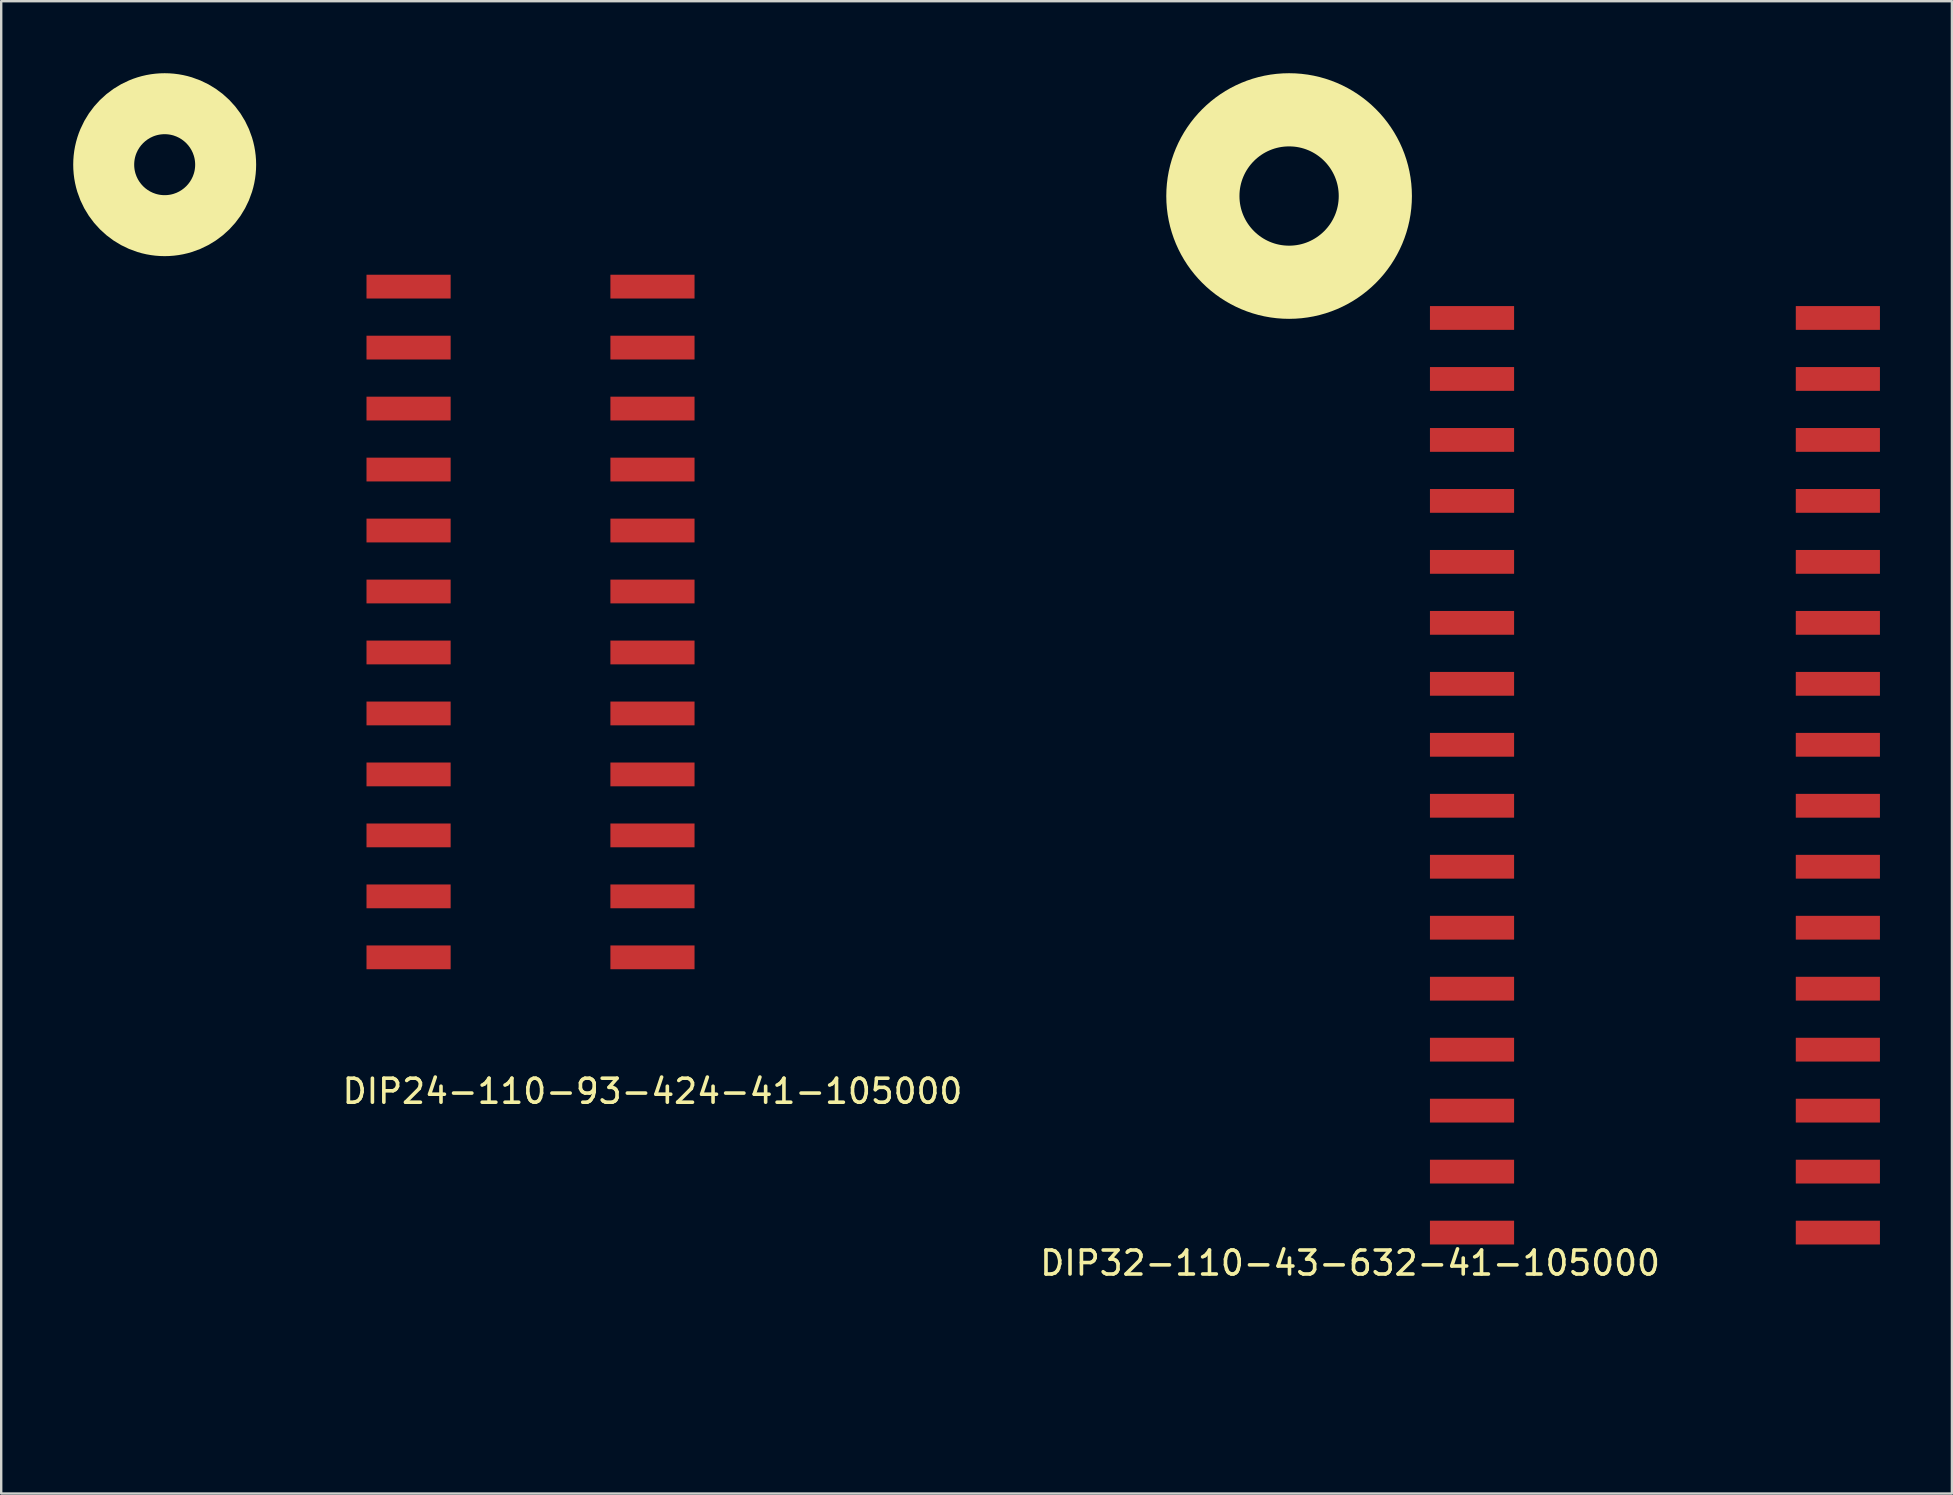
<source format=kicad_pcb>
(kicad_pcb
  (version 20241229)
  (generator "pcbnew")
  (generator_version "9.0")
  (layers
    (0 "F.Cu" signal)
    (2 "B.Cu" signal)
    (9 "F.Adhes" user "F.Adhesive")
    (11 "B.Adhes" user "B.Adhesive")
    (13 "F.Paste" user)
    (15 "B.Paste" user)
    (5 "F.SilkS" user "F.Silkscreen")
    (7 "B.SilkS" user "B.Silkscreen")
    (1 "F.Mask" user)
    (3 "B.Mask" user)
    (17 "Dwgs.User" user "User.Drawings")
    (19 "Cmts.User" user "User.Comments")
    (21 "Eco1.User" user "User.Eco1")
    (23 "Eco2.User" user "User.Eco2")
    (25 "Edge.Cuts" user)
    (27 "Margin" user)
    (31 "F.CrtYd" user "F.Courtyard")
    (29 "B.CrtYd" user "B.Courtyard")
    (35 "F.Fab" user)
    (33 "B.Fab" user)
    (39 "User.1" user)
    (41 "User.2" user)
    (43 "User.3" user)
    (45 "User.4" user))
  (footprint "DIP24-110-93-424-41-105000"
    (layer "F.Cu")
    (at 24.13 41.91)
    (property "Reference" "DIP24-110-93-424-41-105000" (at 0 0.5 0) (layer "F.SilkS") (effects (font (size 1 1) (thickness 0.15))))
    (attr through_hole)
    (fp_circle (center -20.32 -38.1) (end -20.32 -35.56) (stroke (width 2.54) (type solid)) (fill no) (layer "F.SilkS"))
    (pad "1" smd rect (at -10.16 -33.02) (size 3.505 0.991) (layers "F.Cu" "F.Mask" "F.Paste"))
    (pad "2" smd rect (at -10.16 -30.48) (size 3.505 0.991) (layers "F.Cu" "F.Mask" "F.Paste"))
    (pad "3" smd rect (at -10.16 -27.94) (size 3.505 0.991) (layers "F.Cu" "F.Mask" "F.Paste"))
    (pad "4" smd rect (at -10.16 -25.4) (size 3.505 0.991) (layers "F.Cu" "F.Mask" "F.Paste"))
    (pad "5" smd rect (at -10.16 -22.86) (size 3.505 0.991) (layers "F.Cu" "F.Mask" "F.Paste"))
    (pad "6" smd rect (at -10.16 -20.32) (size 3.505 0.991) (layers "F.Cu" "F.Mask" "F.Paste"))
    (pad "7" smd rect (at -10.16 -17.78) (size 3.505 0.991) (layers "F.Cu" "F.Mask" "F.Paste"))
    (pad "8" smd rect (at -10.16 -15.24) (size 3.505 0.991) (layers "F.Cu" "F.Mask" "F.Paste"))
    (pad "9" smd rect (at -10.16 -12.7) (size 3.505 0.991) (layers "F.Cu" "F.Mask" "F.Paste"))
    (pad "10" smd rect (at -10.16 -10.16) (size 3.505 0.991) (layers "F.Cu" "F.Mask" "F.Paste"))
    (pad "11" smd rect (at -10.16 -7.62) (size 3.505 0.991) (layers "F.Cu" "F.Mask" "F.Paste"))
    (pad "12" smd rect (at -10.16 -5.08) (size 3.505 0.991) (layers "F.Cu" "F.Mask" "F.Paste"))
    (pad "13" smd rect (at 0 -5.08) (size 3.505 0.991) (layers "F.Cu" "F.Mask" "F.Paste"))
    (pad "14" smd rect (at 0 -7.62) (size 3.505 0.991) (layers "F.Cu" "F.Mask" "F.Paste"))
    (pad "15" smd rect (at 0 -10.16) (size 3.505 0.991) (layers "F.Cu" "F.Mask" "F.Paste"))
    (pad "16" smd rect (at 0 -12.7) (size 3.505 0.991) (layers "F.Cu" "F.Mask" "F.Paste"))
    (pad "17" smd rect (at 0 -15.24) (size 3.505 0.991) (layers "F.Cu" "F.Mask" "F.Paste"))
    (pad "18" smd rect (at 0 -17.78) (size 3.505 0.991) (layers "F.Cu" "F.Mask" "F.Paste"))
    (pad "19" smd rect (at 0 -20.32) (size 3.505 0.991) (layers "F.Cu" "F.Mask" "F.Paste"))
    (pad "20" smd rect (at 0 -22.86) (size 3.505 0.991) (layers "F.Cu" "F.Mask" "F.Paste"))
    (pad "21" smd rect (at 0 -25.4) (size 3.505 0.991) (layers "F.Cu" "F.Mask" "F.Paste"))
    (pad "22" smd rect (at 0 -27.94) (size 3.505 0.991) (layers "F.Cu" "F.Mask" "F.Paste"))
    (pad "23" smd rect (at 0 -30.48) (size 3.505 0.991) (layers "F.Cu" "F.Mask" "F.Paste"))
    (pad "24" smd rect (at 0 -33.02) (size 3.505 0.991) (layers "F.Cu" "F.Mask" "F.Paste")))
  (footprint "DIP32-110-43-632-41-105000"
    (layer "F.Cu")
    (at 58.27 55.916)
    (property "Reference" "DIP32-110-43-632-41-105000" (at -5.08 -6.35 0) (layer "F.SilkS") (effects (font (size 1 1) (thickness 0.15))))
    (attr through_hole)
    (fp_circle (center -7.62 -50.8) (end -5.08 -48.26) (stroke (width 3.048) (type solid)) (fill no) (layer "F.SilkS"))
    (pad "1" smd rect (at 0 -45.72) (size 3.505 0.991) (layers "F.Cu" "F.Paste"))
    (pad "2" smd rect (at 0 -43.18) (size 3.505 0.991) (layers "F.Cu" "F.Paste"))
    (pad "3" smd rect (at 0 -40.64) (size 3.505 0.991) (layers "F.Cu" "F.Paste"))
    (pad "4" smd rect (at 0 -38.1) (size 3.505 0.991) (layers "F.Cu" "F.Paste"))
    (pad "5" smd rect (at 0 -35.56) (size 3.505 0.991) (layers "F.Cu" "F.Paste"))
    (pad "6" smd rect (at 0 -33.02) (size 3.505 0.991) (layers "F.Cu" "F.Paste"))
    (pad "7" smd rect (at 0 -30.48) (size 3.505 0.991) (layers "F.Cu" "F.Paste"))
    (pad "8" smd rect (at 0 -27.94) (size 3.505 0.991) (layers "F.Cu" "F.Paste"))
    (pad "9" smd rect (at 0 -25.4) (size 3.505 0.991) (layers "F.Cu" "F.Paste"))
    (pad "10" smd rect (at 0 -22.86) (size 3.505 0.991) (layers "F.Cu" "F.Paste"))
    (pad "11" smd rect (at 0 -20.32) (size 3.505 0.991) (layers "F.Cu" "F.Paste"))
    (pad "12" smd rect (at 0 -17.78) (size 3.505 0.991) (layers "F.Cu" "F.Paste"))
    (pad "13" smd rect (at 0 -15.24) (size 3.505 0.991) (layers "F.Cu" "F.Paste"))
    (pad "14" smd rect (at 0 -12.7) (size 3.505 0.991) (layers "F.Cu" "F.Paste"))
    (pad "15" smd rect (at 0 -10.16) (size 3.505 0.991) (layers "F.Cu" "F.Paste"))
    (pad "16" smd rect (at 0 -7.62) (size 3.505 0.991) (layers "F.Cu" "F.Paste"))
    (pad "17" smd rect (at 15.24 -7.62) (size 3.505 0.991) (layers "F.Cu" "F.Paste"))
    (pad "18" smd rect (at 15.24 -10.16) (size 3.505 0.991) (layers "F.Cu" "F.Paste"))
    (pad "19" smd rect (at 15.24 -12.7) (size 3.505 0.991) (layers "F.Cu" "F.Paste"))
    (pad "20" smd rect (at 15.24 -15.24) (size 3.505 0.991) (layers "F.Cu" "F.Paste"))
    (pad "21" smd rect (at 15.24 -17.78) (size 3.505 0.991) (layers "F.Cu" "F.Paste"))
    (pad "22" smd rect (at 15.24 -20.32) (size 3.505 0.991) (layers "F.Cu" "F.Paste"))
    (pad "23" smd rect (at 15.24 -22.86) (size 3.505 0.991) (layers "F.Cu" "F.Paste"))
    (pad "24" smd rect (at 15.24 -25.4) (size 3.505 0.991) (layers "F.Cu" "F.Paste"))
    (pad "25" smd rect (at 15.24 -27.94) (size 3.505 0.991) (layers "F.Cu" "F.Paste"))
    (pad "26" smd rect (at 15.24 -30.48) (size 3.505 0.991) (layers "F.Cu" "F.Paste"))
    (pad "27" smd rect (at 15.24 -33.02) (size 3.505 0.991) (layers "F.Cu" "F.Paste"))
    (pad "28" smd rect (at 15.24 -35.56) (size 3.505 0.991) (layers "F.Cu" "F.Paste"))
    (pad "29" smd rect (at 15.24 -38.1) (size 3.505 0.991) (layers "F.Cu" "F.Paste"))
    (pad "30" smd rect (at 15.24 -40.64) (size 3.505 0.991) (layers "F.Cu" "F.Paste"))
    (pad "31" smd rect (at 15.24 -43.18) (size 3.505 0.991) (layers "F.Cu" "F.Paste"))
    (pad "32" smd rect (at 15.24 -45.72) (size 3.505 0.991) (layers "F.Cu" "F.Paste")))
  (gr_rect
    (start -3 -3)
    (end 78.262 59.166)
    (stroke (width 0.1) (type default))
    (fill no)
    (layer "Edge.Cuts")))
</source>
